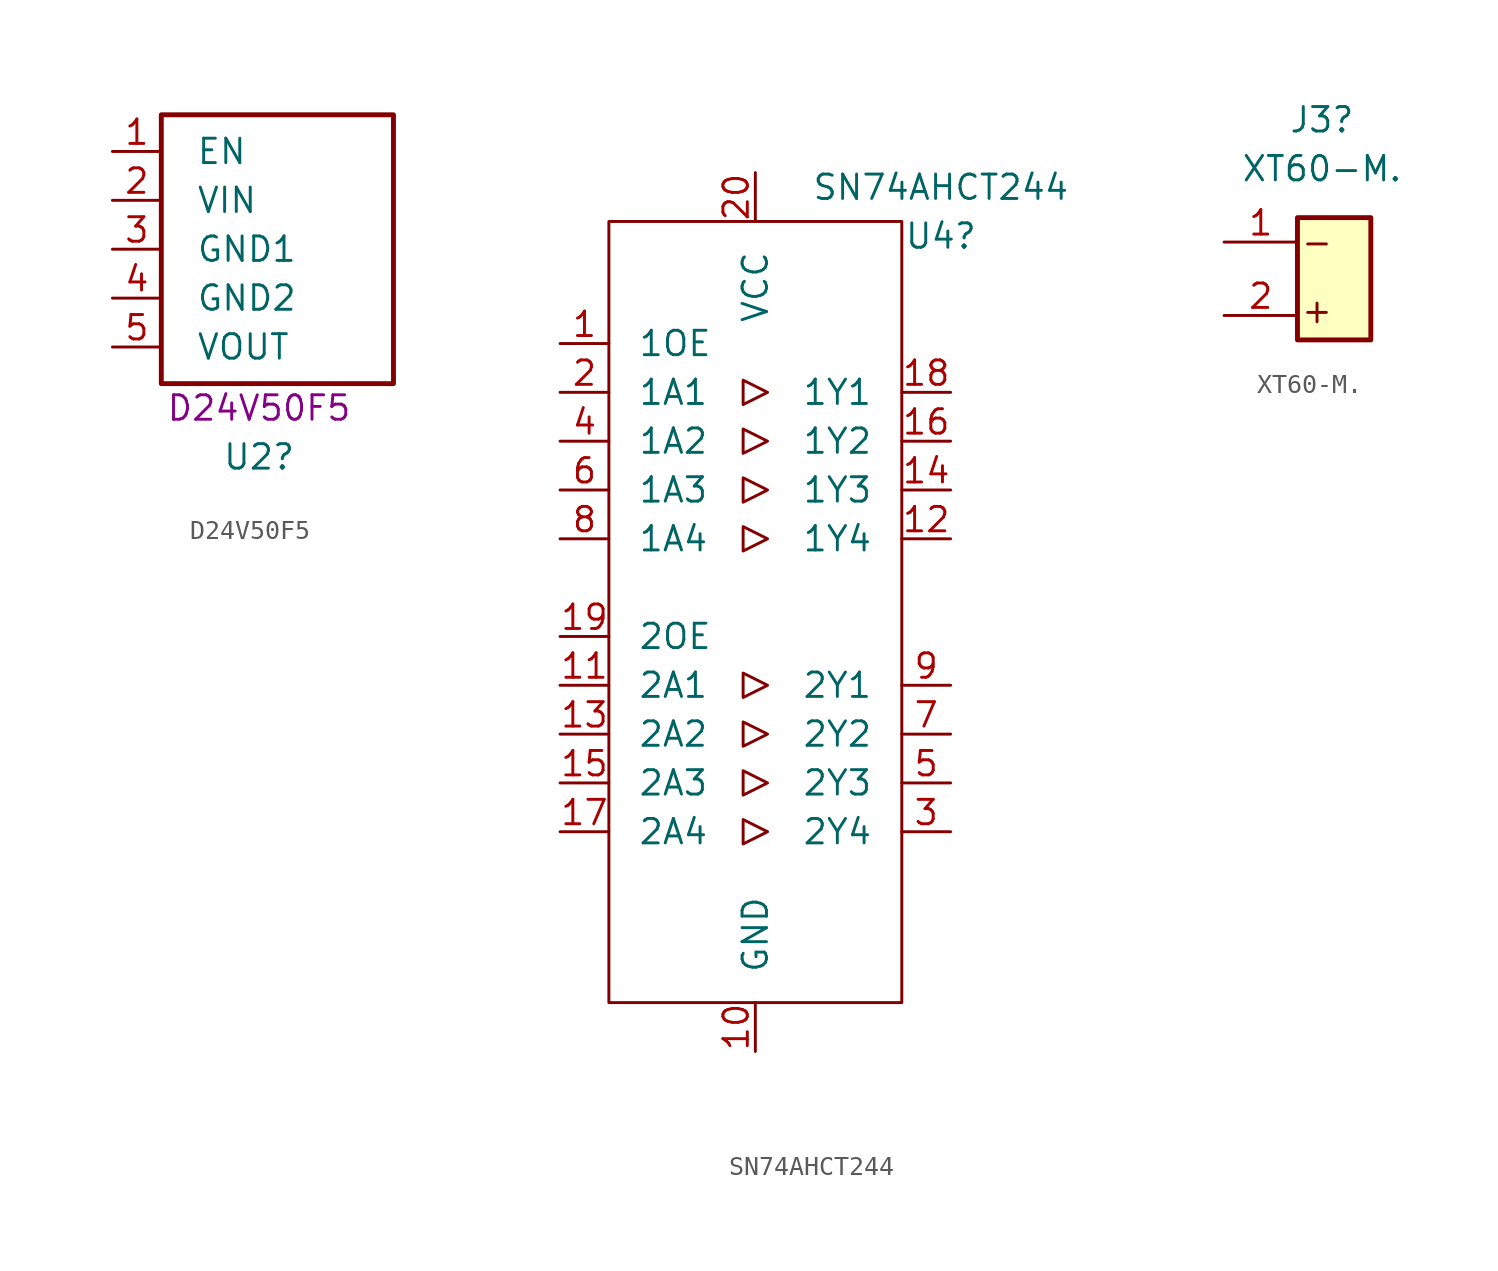
<source format=kicad_sym>
(kicad_symbol_lib
  (version 20241209)
  (generator "kicad_symbol_editor")
  (generator_version "9.0")
  (symbol "D24V50F5"
    (pin_names
      (offset 1.8))
    (property "Reference" "U2"
      (at 0 -10.795 0)
      (effects (font (size 1.27 1.27))))
    (property "Footprint" "D24V50F5"
      (at 0 -8.255 0)
      (effects (font (size 1.27 1.27))))
    (property "Datasheet" ""
      (at 0 -11 0)
      (effects (font (size 1.27 1.27))))
    (symbol "D24V50F5_1_1"
      (rectangle (start -5.08 6.985) (end 6.985 -6.985) (stroke (width 0.254) (type default)) (fill (type none)))
      (pin free line (at -7.62 5.08 0) (length 2.54) (name "EN" (effects (font (size 1.27 1.27)))) (number "1" (effects (font (size 1.27 1.27)))))
      (pin power_in line (at -7.62 2.54 0) (length 2.54) (name "VIN" (effects (font (size 1.27 1.27)))) (number "2" (effects (font (size 1.27 1.27)))))
      (pin power_in line (at -7.62 0 0) (length 2.54) (name "GND1" (effects (font (size 1.27 1.27)))) (number "3" (effects (font (size 1.27 1.27)))))
      (pin power_in line (at -7.62 -2.54 0) (length 2.54) (name "GND2" (effects (font (size 1.27 1.27)))) (number "4" (effects (font (size 1.27 1.27)))))
      (pin power_out line (at -7.62 -5.08 0) (length 2.54) (name "VOUT" (effects (font (size 1.27 1.27)))) (number "5" (effects (font (size 1.27 1.27)))))))
  (symbol "SN74AHCT244"
    (pin_names
      (offset 1.5))
    (property "Reference" "U4"
      (at 9.652 20.828 0)
      (effects (font (size 1.27 1.27))))
    (property "Value" "SN74AHCT244"
      (at 9.652 23.368 0)
      (effects (font (size 1.27 1.27))))
    (property "Datasheet" ""
      (at 0 -16 0)
      (effects (font (size 1.27 1.27))))
    (symbol "SN74AHCT244_0_1"
      (rectangle (start -7.62 21.59) (end 7.62 -19.05) (stroke (width 0) (type default)) (fill (type none)))
      (polyline (pts (xy -0.635 13.335) (xy -0.635 12.065) (xy 0.635 12.7) (xy -0.635 13.335)) (stroke (width 0) (type default)) (fill (type none)))
      (polyline (pts (xy -0.635 10.795) (xy -0.635 9.525) (xy 0.635 10.16) (xy -0.635 10.795)) (stroke (width 0) (type default)) (fill (type none)))
      (polyline (pts (xy -0.635 8.255) (xy -0.635 6.985) (xy 0.635 7.62) (xy -0.635 8.255)) (stroke (width 0) (type default)) (fill (type none)))
      (polyline (pts (xy -0.635 5.715) (xy -0.635 4.445) (xy 0.635 5.08) (xy -0.635 5.715)) (stroke (width 0) (type default)) (fill (type none)))
      (polyline (pts (xy -0.635 -1.905) (xy -0.635 -3.175) (xy 0.635 -2.54) (xy -0.635 -1.905)) (stroke (width 0) (type default)) (fill (type none)))
      (polyline (pts (xy -0.635 -4.445) (xy -0.635 -5.715) (xy 0.635 -5.08) (xy -0.635 -4.445)) (stroke (width 0) (type default)) (fill (type none)))
      (polyline (pts (xy -0.635 -6.985) (xy -0.635 -8.255) (xy 0.635 -7.62) (xy -0.635 -6.985)) (stroke (width 0) (type default)) (fill (type none)))
      (polyline (pts (xy -0.635 -9.525) (xy -0.635 -10.795) (xy 0.635 -10.16) (xy -0.635 -9.525)) (stroke (width 0) (type default)) (fill (type none))))
    (symbol "SN74AHCT244_1_1"
      (pin input line (at -10.16 15.24 0) (length 2.54) (name "1OE" (effects (font (size 1.27 1.27)))) (number "1" (effects (font (size 1.27 1.27)))))
      (pin input line (at -10.16 12.7 0) (length 2.54) (name "1A1" (effects (font (size 1.27 1.27)))) (number "2" (effects (font (size 1.27 1.27)))))
      (pin input line (at -10.16 10.16 0) (length 2.54) (name "1A2" (effects (font (size 1.27 1.27)))) (number "4" (effects (font (size 1.27 1.27)))))
      (pin input line (at -10.16 7.62 0) (length 2.54) (name "1A3" (effects (font (size 1.27 1.27)))) (number "6" (effects (font (size 1.27 1.27)))))
      (pin input line (at -10.16 5.08 0) (length 2.54) (name "1A4" (effects (font (size 1.27 1.27)))) (number "8" (effects (font (size 1.27 1.27)))))
      (pin input line (at -10.16 0 0) (length 2.54) (name "2OE" (effects (font (size 1.27 1.27)))) (number "19" (effects (font (size 1.27 1.27)))))
      (pin input line (at -10.16 -2.54 0) (length 2.54) (name "2A1" (effects (font (size 1.27 1.27)))) (number "11" (effects (font (size 1.27 1.27)))))
      (pin input line (at -10.16 -5.08 0) (length 2.54) (name "2A2" (effects (font (size 1.27 1.27)))) (number "13" (effects (font (size 1.27 1.27)))))
      (pin input line (at -10.16 -7.62 0) (length 2.54) (name "2A3" (effects (font (size 1.27 1.27)))) (number "15" (effects (font (size 1.27 1.27)))))
      (pin input line (at -10.16 -10.16 0) (length 2.54) (name "2A4" (effects (font (size 1.27 1.27)))) (number "17" (effects (font (size 1.27 1.27)))))
      (pin power_in line (at 0 24.13 270) (length 2.54) (name "VCC" (effects (font (size 1.27 1.27)))) (number "20" (effects (font (size 1.27 1.27)))))
      (pin power_in line (at 0 -21.59 90) (length 2.54) (name "GND" (effects (font (size 1.27 1.27)))) (number "10" (effects (font (size 1.27 1.27)))))
      (pin tri_state line (at 10.16 12.7 180) (length 2.54) (name "1Y1" (effects (font (size 1.27 1.27)))) (number "18" (effects (font (size 1.27 1.27)))))
      (pin tri_state line (at 10.16 10.16 180) (length 2.54) (name "1Y2" (effects (font (size 1.27 1.27)))) (number "16" (effects (font (size 1.27 1.27)))))
      (pin tri_state line (at 10.16 7.62 180) (length 2.54) (name "1Y3" (effects (font (size 1.27 1.27)))) (number "14" (effects (font (size 1.27 1.27)))))
      (pin tri_state line (at 10.16 5.08 180) (length 2.54) (name "1Y4" (effects (font (size 1.27 1.27)))) (number "12" (effects (font (size 1.27 1.27)))))
      (pin tri_state line (at 10.16 -2.54 180) (length 2.54) (name "2Y1" (effects (font (size 1.27 1.27)))) (number "9" (effects (font (size 1.27 1.27)))))
      (pin tri_state line (at 10.16 -5.08 180) (length 2.54) (name "2Y2" (effects (font (size 1.27 1.27)))) (number "7" (effects (font (size 1.27 1.27)))))
      (pin tri_state line (at 10.16 -7.62 180) (length 2.54) (name "2Y3" (effects (font (size 1.27 1.27)))) (number "5" (effects (font (size 1.27 1.27)))))
      (pin tri_state line (at 10.16 -10.16 180) (length 2.54) (name "2Y4" (effects (font (size 1.27 1.27)))) (number "3" (effects (font (size 1.27 1.27)))))))
  (symbol "XT60-M."
    (pin_names
      (offset 1.016)
      (hide yes))
    (property "Reference" "J3"
      (at 0 6.35 0)
      (effects (font (size 1.27 1.27))))
    (property "Value" "XT60-M."
      (at 0 3.81 0)
      (effects (font (size 1.27 1.27))))
    (symbol "XT60-M._1_1"
      (rectangle (start -1.27 1.27) (end 2.54 -5.08) (stroke (width 0.254) (type default)) (fill (type background)))
      (text "-" (at -0.254 0 0) (effects (font (size 1.27 1.27))))
      (text "+" (at -0.254 -3.556 0) (effects (font (size 1.27 1.27))))
      (pin passive line (at -5.08 0 0) (length 3.81) (name "Pin_1" (effects (font (size 1.27 1.27)))) (number "1" (effects (font (size 1.27 1.27)))))
      (pin passive line (at -5.08 -3.81 0) (length 3.81) (name "Pin_2" (effects (font (size 1.27 1.27)))) (number "2" (effects (font (size 1.27 1.27))))))))
</source>
